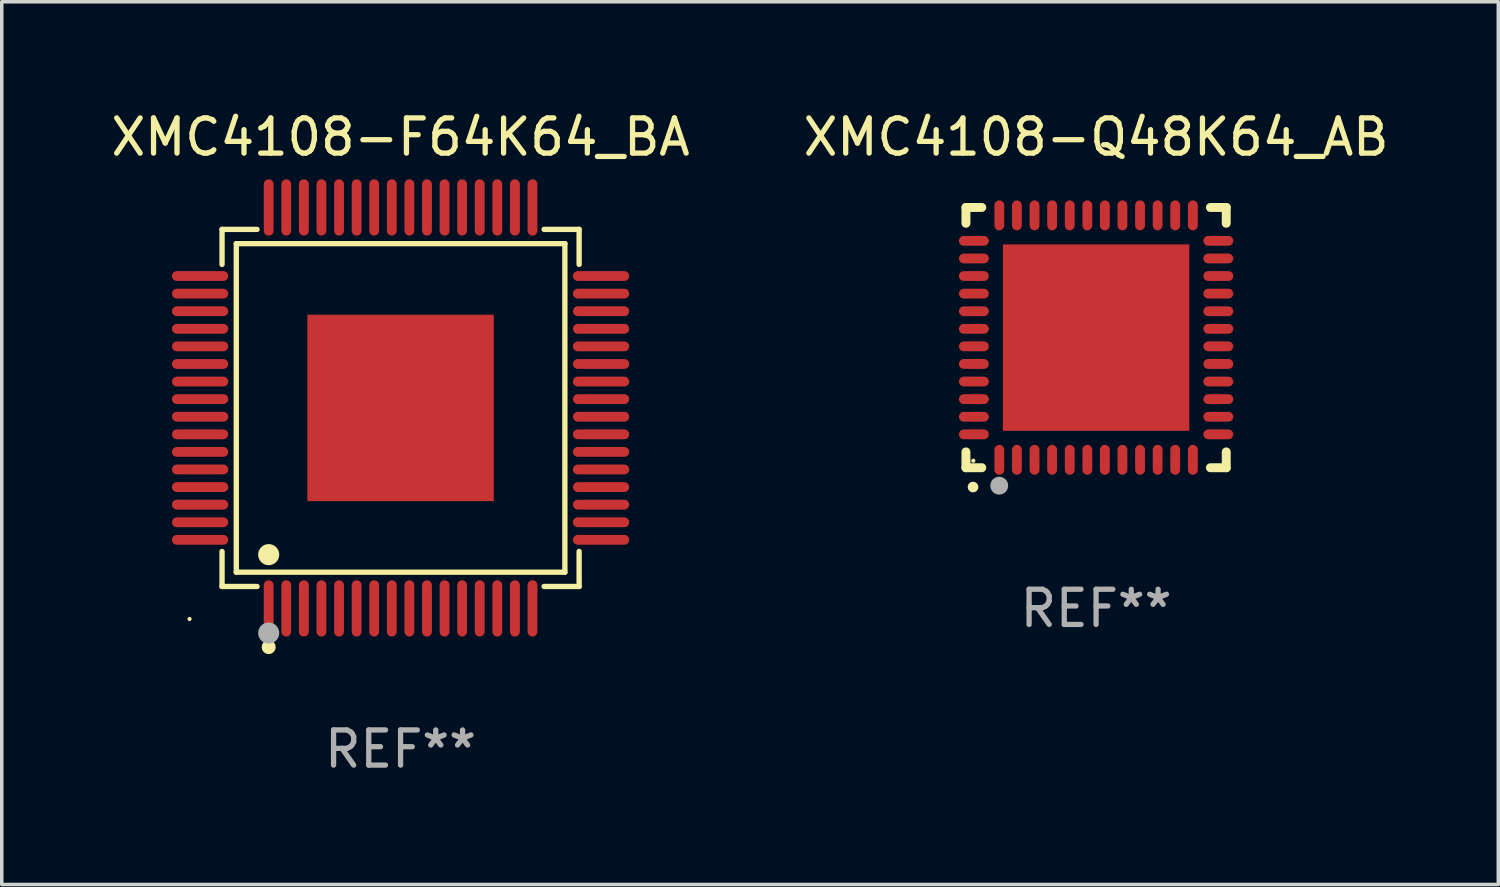
<source format=kicad_pcb>
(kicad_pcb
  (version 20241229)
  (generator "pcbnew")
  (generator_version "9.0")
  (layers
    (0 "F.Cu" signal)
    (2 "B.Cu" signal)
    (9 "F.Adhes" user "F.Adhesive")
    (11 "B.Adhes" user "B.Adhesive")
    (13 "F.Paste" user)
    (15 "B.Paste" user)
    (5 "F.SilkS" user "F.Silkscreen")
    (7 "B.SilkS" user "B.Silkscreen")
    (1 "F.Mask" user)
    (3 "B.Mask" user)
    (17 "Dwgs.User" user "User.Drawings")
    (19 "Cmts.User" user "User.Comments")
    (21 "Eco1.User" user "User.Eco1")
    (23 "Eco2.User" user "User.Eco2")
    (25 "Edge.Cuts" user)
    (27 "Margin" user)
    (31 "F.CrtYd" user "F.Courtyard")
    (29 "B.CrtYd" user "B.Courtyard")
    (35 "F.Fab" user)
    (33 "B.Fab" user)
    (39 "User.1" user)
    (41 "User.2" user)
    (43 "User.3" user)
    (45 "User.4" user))
  (footprint "XMC4108-F64K64_BA"
    (layer "F.Cu")
    (at 8.339 8.548)
    (property "Reference" "XMC4108-F64K64_BA" (at 0 -7.7 0) (layer "F.SilkS") (effects (font (size 1 1) (thickness 0.15))))
    (attr through_hole)
    (fp_line (start -5.076 -5.076) (end -4.081 -5.076) (stroke (width 0.152) (type solid)) (layer "F.SilkS"))
    (fp_line (start -5.076 -4.081) (end -5.076 -5.076) (stroke (width 0.152) (type solid)) (layer "F.SilkS"))
    (fp_line (start -5.076 4.081) (end -5.076 5.076) (stroke (width 0.152) (type solid)) (layer "F.SilkS"))
    (fp_line (start -5.076 5.076) (end -4.081 5.076) (stroke (width 0.152) (type solid)) (layer "F.SilkS"))
    (fp_line (start -4.671 -4.671) (end 4.671 -4.671) (stroke (width 0.152) (type solid)) (layer "F.SilkS"))
    (fp_line (start -4.671 4.671) (end -4.671 -4.671) (stroke (width 0.152) (type solid)) (layer "F.SilkS"))
    (fp_line (start 4.671 -4.671) (end 4.671 4.671) (stroke (width 0.152) (type solid)) (layer "F.SilkS"))
    (fp_line (start 4.671 4.671) (end -4.671 4.671) (stroke (width 0.152) (type solid)) (layer "F.SilkS"))
    (fp_line (start 5.076 -5.076) (end 4.081 -5.076) (stroke (width 0.152) (type solid)) (layer "F.SilkS"))
    (fp_line (start 5.076 -4.081) (end 5.076 -5.076) (stroke (width 0.152) (type solid)) (layer "F.SilkS"))
    (fp_line (start 5.076 4.081) (end 5.076 5.076) (stroke (width 0.152) (type solid)) (layer "F.SilkS"))
    (fp_line (start 5.076 5.076) (end 4.081 5.076) (stroke (width 0.152) (type solid)) (layer "F.SilkS"))
    (fp_circle (center -6 6) (end -5.97 6) (stroke (width 0.06) (type solid)) (fill no) (layer "F.SilkS"))
    (fp_circle (center -3.75 4.171) (end -3.6 4.171) (stroke (width 0.3) (type solid)) (fill no) (layer "F.SilkS"))
    (fp_circle (center -3.75 6.8) (end -3.65 6.8) (stroke (width 0.2) (type solid)) (fill no) (layer "F.SilkS"))
    (fp_circle (center -3.75 6.4) (end -3.6 6.4) (stroke (width 0.3) (type solid)) (fill no) (layer "F.Fab"))
    (fp_text user "REF**" (at 0 9.7 0) (layer "F.Fab") (effects (font (size 1 1) (thickness 0.15))))
    (pad "1" smd oval (at -3.75 5.7) (size 0.28 1.6) (layers "F.Cu" "F.Mask" "F.Paste"))
    (pad "2" smd oval (at -3.25 5.7) (size 0.28 1.6) (layers "F.Cu" "F.Mask" "F.Paste"))
    (pad "3" smd oval (at -2.75 5.7) (size 0.28 1.6) (layers "F.Cu" "F.Mask" "F.Paste"))
    (pad "4" smd oval (at -2.25 5.7) (size 0.28 1.6) (layers "F.Cu" "F.Mask" "F.Paste"))
    (pad "5" smd oval (at -1.75 5.7) (size 0.28 1.6) (layers "F.Cu" "F.Mask" "F.Paste"))
    (pad "6" smd oval (at -1.25 5.7) (size 0.28 1.6) (layers "F.Cu" "F.Mask" "F.Paste"))
    (pad "7" smd oval (at -0.75 5.7) (size 0.28 1.6) (layers "F.Cu" "F.Mask" "F.Paste"))
    (pad "8" smd oval (at -0.25 5.7) (size 0.28 1.6) (layers "F.Cu" "F.Mask" "F.Paste"))
    (pad "9" smd oval (at 0.25 5.7) (size 0.28 1.6) (layers "F.Cu" "F.Mask" "F.Paste"))
    (pad "10" smd oval (at 0.75 5.7) (size 0.28 1.6) (layers "F.Cu" "F.Mask" "F.Paste"))
    (pad "11" smd oval (at 1.25 5.7) (size 0.28 1.6) (layers "F.Cu" "F.Mask" "F.Paste"))
    (pad "12" smd oval (at 1.75 5.7) (size 0.28 1.6) (layers "F.Cu" "F.Mask" "F.Paste"))
    (pad "13" smd oval (at 2.25 5.7) (size 0.28 1.6) (layers "F.Cu" "F.Mask" "F.Paste"))
    (pad "14" smd oval (at 2.75 5.7) (size 0.28 1.6) (layers "F.Cu" "F.Mask" "F.Paste"))
    (pad "15" smd oval (at 3.25 5.7) (size 0.28 1.6) (layers "F.Cu" "F.Mask" "F.Paste"))
    (pad "16" smd oval (at 3.75 5.7) (size 0.28 1.6) (layers "F.Cu" "F.Mask" "F.Paste"))
    (pad "17" smd oval (at 5.7 3.75) (size 1.6 0.28) (layers "F.Cu" "F.Mask" "F.Paste"))
    (pad "18" smd oval (at 5.7 3.25) (size 1.6 0.28) (layers "F.Cu" "F.Mask" "F.Paste"))
    (pad "19" smd oval (at 5.7 2.75) (size 1.6 0.28) (layers "F.Cu" "F.Mask" "F.Paste"))
    (pad "20" smd oval (at 5.7 2.25) (size 1.6 0.28) (layers "F.Cu" "F.Mask" "F.Paste"))
    (pad "21" smd oval (at 5.7 1.75) (size 1.6 0.28) (layers "F.Cu" "F.Mask" "F.Paste"))
    (pad "22" smd oval (at 5.7 1.25) (size 1.6 0.28) (layers "F.Cu" "F.Mask" "F.Paste"))
    (pad "23" smd oval (at 5.7 0.75) (size 1.6 0.28) (layers "F.Cu" "F.Mask" "F.Paste"))
    (pad "24" smd oval (at 5.7 0.25) (size 1.6 0.28) (layers "F.Cu" "F.Mask" "F.Paste"))
    (pad "25" smd oval (at 5.7 -0.25) (size 1.6 0.28) (layers "F.Cu" "F.Mask" "F.Paste"))
    (pad "26" smd oval (at 5.7 -0.75) (size 1.6 0.28) (layers "F.Cu" "F.Mask" "F.Paste"))
    (pad "27" smd oval (at 5.7 -1.25) (size 1.6 0.28) (layers "F.Cu" "F.Mask" "F.Paste"))
    (pad "28" smd oval (at 5.7 -1.75) (size 1.6 0.28) (layers "F.Cu" "F.Mask" "F.Paste"))
    (pad "29" smd oval (at 5.7 -2.25) (size 1.6 0.28) (layers "F.Cu" "F.Mask" "F.Paste"))
    (pad "30" smd oval (at 5.7 -2.75) (size 1.6 0.28) (layers "F.Cu" "F.Mask" "F.Paste"))
    (pad "31" smd oval (at 5.7 -3.25) (size 1.6 0.28) (layers "F.Cu" "F.Mask" "F.Paste"))
    (pad "32" smd oval (at 5.7 -3.75) (size 1.6 0.28) (layers "F.Cu" "F.Mask" "F.Paste"))
    (pad "33" smd oval (at 3.75 -5.7) (size 0.28 1.6) (layers "F.Cu" "F.Mask" "F.Paste"))
    (pad "34" smd oval (at 3.25 -5.7) (size 0.28 1.6) (layers "F.Cu" "F.Mask" "F.Paste"))
    (pad "35" smd oval (at 2.75 -5.7) (size 0.28 1.6) (layers "F.Cu" "F.Mask" "F.Paste"))
    (pad "36" smd oval (at 2.25 -5.7) (size 0.28 1.6) (layers "F.Cu" "F.Mask" "F.Paste"))
    (pad "37" smd oval (at 1.75 -5.7) (size 0.28 1.6) (layers "F.Cu" "F.Mask" "F.Paste"))
    (pad "38" smd oval (at 1.25 -5.7) (size 0.28 1.6) (layers "F.Cu" "F.Mask" "F.Paste"))
    (pad "39" smd oval (at 0.75 -5.7) (size 0.28 1.6) (layers "F.Cu" "F.Mask" "F.Paste"))
    (pad "40" smd oval (at 0.25 -5.7) (size 0.28 1.6) (layers "F.Cu" "F.Mask" "F.Paste"))
    (pad "41" smd oval (at -0.25 -5.7) (size 0.28 1.6) (layers "F.Cu" "F.Mask" "F.Paste"))
    (pad "42" smd oval (at -0.75 -5.7) (size 0.28 1.6) (layers "F.Cu" "F.Mask" "F.Paste"))
    (pad "43" smd oval (at -1.25 -5.7) (size 0.28 1.6) (layers "F.Cu" "F.Mask" "F.Paste"))
    (pad "44" smd oval (at -1.75 -5.7) (size 0.28 1.6) (layers "F.Cu" "F.Mask" "F.Paste"))
    (pad "45" smd oval (at -2.25 -5.7) (size 0.28 1.6) (layers "F.Cu" "F.Mask" "F.Paste"))
    (pad "46" smd oval (at -2.75 -5.7) (size 0.28 1.6) (layers "F.Cu" "F.Mask" "F.Paste"))
    (pad "47" smd oval (at -3.25 -5.7) (size 0.28 1.6) (layers "F.Cu" "F.Mask" "F.Paste"))
    (pad "48" smd oval (at -3.75 -5.7) (size 0.28 1.6) (layers "F.Cu" "F.Mask" "F.Paste"))
    (pad "49" smd oval (at -5.7 -3.75) (size 1.6 0.28) (layers "F.Cu" "F.Mask" "F.Paste"))
    (pad "50" smd oval (at -5.7 -3.25) (size 1.6 0.28) (layers "F.Cu" "F.Mask" "F.Paste"))
    (pad "51" smd oval (at -5.7 -2.75) (size 1.6 0.28) (layers "F.Cu" "F.Mask" "F.Paste"))
    (pad "52" smd oval (at -5.7 -2.25) (size 1.6 0.28) (layers "F.Cu" "F.Mask" "F.Paste"))
    (pad "53" smd oval (at -5.7 -1.75) (size 1.6 0.28) (layers "F.Cu" "F.Mask" "F.Paste"))
    (pad "54" smd oval (at -5.7 -1.25) (size 1.6 0.28) (layers "F.Cu" "F.Mask" "F.Paste"))
    (pad "55" smd oval (at -5.7 -0.75) (size 1.6 0.28) (layers "F.Cu" "F.Mask" "F.Paste"))
    (pad "56" smd oval (at -5.7 -0.25) (size 1.6 0.28) (layers "F.Cu" "F.Mask" "F.Paste"))
    (pad "57" smd oval (at -5.7 0.25) (size 1.6 0.28) (layers "F.Cu" "F.Mask" "F.Paste"))
    (pad "58" smd oval (at -5.7 0.75) (size 1.6 0.28) (layers "F.Cu" "F.Mask" "F.Paste"))
    (pad "59" smd oval (at -5.7 1.25) (size 1.6 0.28) (layers "F.Cu" "F.Mask" "F.Paste"))
    (pad "60" smd oval (at -5.7 1.75) (size 1.6 0.28) (layers "F.Cu" "F.Mask" "F.Paste"))
    (pad "61" smd oval (at -5.7 2.25) (size 1.6 0.28) (layers "F.Cu" "F.Mask" "F.Paste"))
    (pad "62" smd oval (at -5.7 2.75) (size 1.6 0.28) (layers "F.Cu" "F.Mask" "F.Paste"))
    (pad "63" smd oval (at -5.7 3.25) (size 1.6 0.28) (layers "F.Cu" "F.Mask" "F.Paste"))
    (pad "64" smd oval (at -5.7 3.75) (size 1.6 0.28) (layers "F.Cu" "F.Mask" "F.Paste"))
    (pad "65" smd rect (at 0 0) (size 5.3 5.3) (layers "F.Cu" "F.Mask" "F.Paste")))
  (footprint "XMC4108-Q48K64_AB"
    (layer "F.Cu")
    (at 28.113 6.548)
    (property "Reference" "XMC4108-Q48K64_AB" (at 0 -5.7 0) (layer "F.SilkS") (effects (font (size 1 1) (thickness 0.15))))
    (attr through_hole)
    (fp_line (start -3.7 -3.7) (end -3.25 -3.7) (stroke (width 0.254) (type solid)) (layer "F.SilkS"))
    (fp_line (start -3.7 -3.25) (end -3.7 -3.7) (stroke (width 0.254) (type solid)) (layer "F.SilkS"))
    (fp_line (start -3.7 3.7) (end -3.7 3.25) (stroke (width 0.254) (type solid)) (layer "F.SilkS"))
    (fp_line (start -3.25 3.7) (end -3.7 3.7) (stroke (width 0.254) (type solid)) (layer "F.SilkS"))
    (fp_line (start 3.25 3.7) (end 3.7 3.7) (stroke (width 0.254) (type solid)) (layer "F.SilkS"))
    (fp_line (start 3.7 -3.7) (end 3.25 -3.7) (stroke (width 0.254) (type solid)) (layer "F.SilkS"))
    (fp_line (start 3.7 -3.25) (end 3.7 -3.7) (stroke (width 0.254) (type solid)) (layer "F.SilkS"))
    (fp_line (start 3.7 3.7) (end 3.7 3.25) (stroke (width 0.254) (type solid)) (layer "F.SilkS"))
    (fp_arc (start -3.500127 4.249428) (mid -3.498857 4.249423) (end -3.497587 4.249428) (stroke (width 0.3) (type solid)) (layer "F.SilkS"))
    (fp_circle (center -3.491 3.501) (end -3.461 3.501) (stroke (width 0.06) (type solid)) (fill no) (layer "F.SilkS"))
    (fp_circle (center -2.754 4.21) (end -2.627 4.21) (stroke (width 0.254) (type solid)) (fill no) (layer "F.Fab"))
    (fp_text user "REF**" (at 0 7.7 0) (layer "F.Fab") (effects (font (size 1 1) (thickness 0.15))))
    (pad "1" smd oval (at -2.751 3.475) (size 0.28 0.85) (layers "F.Cu" "F.Mask" "F.Paste"))
    (pad "2" smd oval (at -2.251 3.475) (size 0.28 0.85) (layers "F.Cu" "F.Mask" "F.Paste"))
    (pad "3" smd oval (at -1.75 3.475) (size 0.28 0.85) (layers "F.Cu" "F.Mask" "F.Paste"))
    (pad "4" smd oval (at -1.25 3.475) (size 0.28 0.85) (layers "F.Cu" "F.Mask" "F.Paste"))
    (pad "5" smd oval (at -0.749 3.475) (size 0.28 0.85) (layers "F.Cu" "F.Mask" "F.Paste"))
    (pad "6" smd oval (at -0.249 3.475) (size 0.28 0.85) (layers "F.Cu" "F.Mask" "F.Paste"))
    (pad "7" smd oval (at 0.249 3.475) (size 0.28 0.85) (layers "F.Cu" "F.Mask" "F.Paste"))
    (pad "8" smd oval (at 0.749 3.475) (size 0.28 0.85) (layers "F.Cu" "F.Mask" "F.Paste"))
    (pad "9" smd oval (at 1.25 3.475) (size 0.28 0.85) (layers "F.Cu" "F.Mask" "F.Paste"))
    (pad "10" smd oval (at 1.75 3.475) (size 0.28 0.85) (layers "F.Cu" "F.Mask" "F.Paste"))
    (pad "11" smd oval (at 2.25 3.475) (size 0.28 0.85) (layers "F.Cu" "F.Mask" "F.Paste"))
    (pad "12" smd oval (at 2.751 3.475) (size 0.28 0.85) (layers "F.Cu" "F.Mask" "F.Paste"))
    (pad "13" smd oval (at 3.475 2.751) (size 0.85 0.28) (layers "F.Cu" "F.Mask" "F.Paste"))
    (pad "14" smd oval (at 3.475 2.251) (size 0.85 0.28) (layers "F.Cu" "F.Mask" "F.Paste"))
    (pad "15" smd oval (at 3.475 1.75) (size 0.85 0.28) (layers "F.Cu" "F.Mask" "F.Paste"))
    (pad "16" smd oval (at 3.475 1.25) (size 0.85 0.28) (layers "F.Cu" "F.Mask" "F.Paste"))
    (pad "17" smd oval (at 3.475 0.749) (size 0.85 0.28) (layers "F.Cu" "F.Mask" "F.Paste"))
    (pad "18" smd oval (at 3.475 0.249) (size 0.85 0.28) (layers "F.Cu" "F.Mask" "F.Paste"))
    (pad "19" smd oval (at 3.475 -0.249) (size 0.85 0.28) (layers "F.Cu" "F.Mask" "F.Paste"))
    (pad "20" smd oval (at 3.475 -0.749) (size 0.85 0.28) (layers "F.Cu" "F.Mask" "F.Paste"))
    (pad "21" smd oval (at 3.475 -1.25) (size 0.85 0.28) (layers "F.Cu" "F.Mask" "F.Paste"))
    (pad "22" smd oval (at 3.475 -1.75) (size 0.85 0.28) (layers "F.Cu" "F.Mask" "F.Paste"))
    (pad "23" smd oval (at 3.475 -2.25) (size 0.85 0.28) (layers "F.Cu" "F.Mask" "F.Paste"))
    (pad "24" smd oval (at 3.475 -2.751) (size 0.85 0.28) (layers "F.Cu" "F.Mask" "F.Paste"))
    (pad "25" smd oval (at 2.751 -3.475) (size 0.28 0.85) (layers "F.Cu" "F.Mask" "F.Paste"))
    (pad "26" smd oval (at 2.25 -3.475) (size 0.28 0.85) (layers "F.Cu" "F.Mask" "F.Paste"))
    (pad "27" smd oval (at 1.75 -3.475) (size 0.28 0.85) (layers "F.Cu" "F.Mask" "F.Paste"))
    (pad "28" smd oval (at 1.25 -3.475) (size 0.28 0.85) (layers "F.Cu" "F.Mask" "F.Paste"))
    (pad "29" smd oval (at 0.749 -3.475) (size 0.28 0.85) (layers "F.Cu" "F.Mask" "F.Paste"))
    (pad "30" smd oval (at 0.249 -3.475) (size 0.28 0.85) (layers "F.Cu" "F.Mask" "F.Paste"))
    (pad "31" smd oval (at -0.249 -3.475) (size 0.28 0.85) (layers "F.Cu" "F.Mask" "F.Paste"))
    (pad "32" smd oval (at -0.749 -3.475) (size 0.28 0.85) (layers "F.Cu" "F.Mask" "F.Paste"))
    (pad "33" smd oval (at -1.25 -3.475) (size 0.28 0.85) (layers "F.Cu" "F.Mask" "F.Paste"))
    (pad "34" smd oval (at -1.75 -3.475) (size 0.28 0.85) (layers "F.Cu" "F.Mask" "F.Paste"))
    (pad "35" smd oval (at -2.251 -3.475) (size 0.28 0.85) (layers "F.Cu" "F.Mask" "F.Paste"))
    (pad "36" smd oval (at -2.751 -3.475) (size 0.28 0.85) (layers "F.Cu" "F.Mask" "F.Paste"))
    (pad "37" smd oval (at -3.475 -2.751) (size 0.85 0.28) (layers "F.Cu" "F.Mask" "F.Paste"))
    (pad "38" smd oval (at -3.475 -2.25) (size 0.85 0.28) (layers "F.Cu" "F.Mask" "F.Paste"))
    (pad "39" smd oval (at -3.475 -1.75) (size 0.85 0.28) (layers "F.Cu" "F.Mask" "F.Paste"))
    (pad "40" smd oval (at -3.475 -1.25) (size 0.85 0.28) (layers "F.Cu" "F.Mask" "F.Paste"))
    (pad "41" smd oval (at -3.475 -0.749) (size 0.85 0.28) (layers "F.Cu" "F.Mask" "F.Paste"))
    (pad "42" smd oval (at -3.475 -0.249) (size 0.85 0.28) (layers "F.Cu" "F.Mask" "F.Paste"))
    (pad "43" smd oval (at -3.475 0.249) (size 0.85 0.28) (layers "F.Cu" "F.Mask" "F.Paste"))
    (pad "44" smd oval (at -3.475 0.749) (size 0.85 0.28) (layers "F.Cu" "F.Mask" "F.Paste"))
    (pad "45" smd oval (at -3.475 1.25) (size 0.85 0.28) (layers "F.Cu" "F.Mask" "F.Paste"))
    (pad "46" smd oval (at -3.475 1.75) (size 0.85 0.28) (layers "F.Cu" "F.Mask" "F.Paste"))
    (pad "47" smd oval (at -3.475 2.251) (size 0.85 0.28) (layers "F.Cu" "F.Mask" "F.Paste"))
    (pad "48" smd oval (at -3.475 2.751) (size 0.85 0.28) (layers "F.Cu" "F.Mask" "F.Paste"))
    (pad "49" smd rect (at -0.000102 0.000102) (size 5.3 5.3) (layers "F.Cu" "F.Mask" "F.Paste")))
  (gr_rect
    (start -3 -3)
    (end 39.548 22.097)
    (stroke (width 0.1) (type default))
    (fill no)
    (layer "Edge.Cuts")))
</source>
